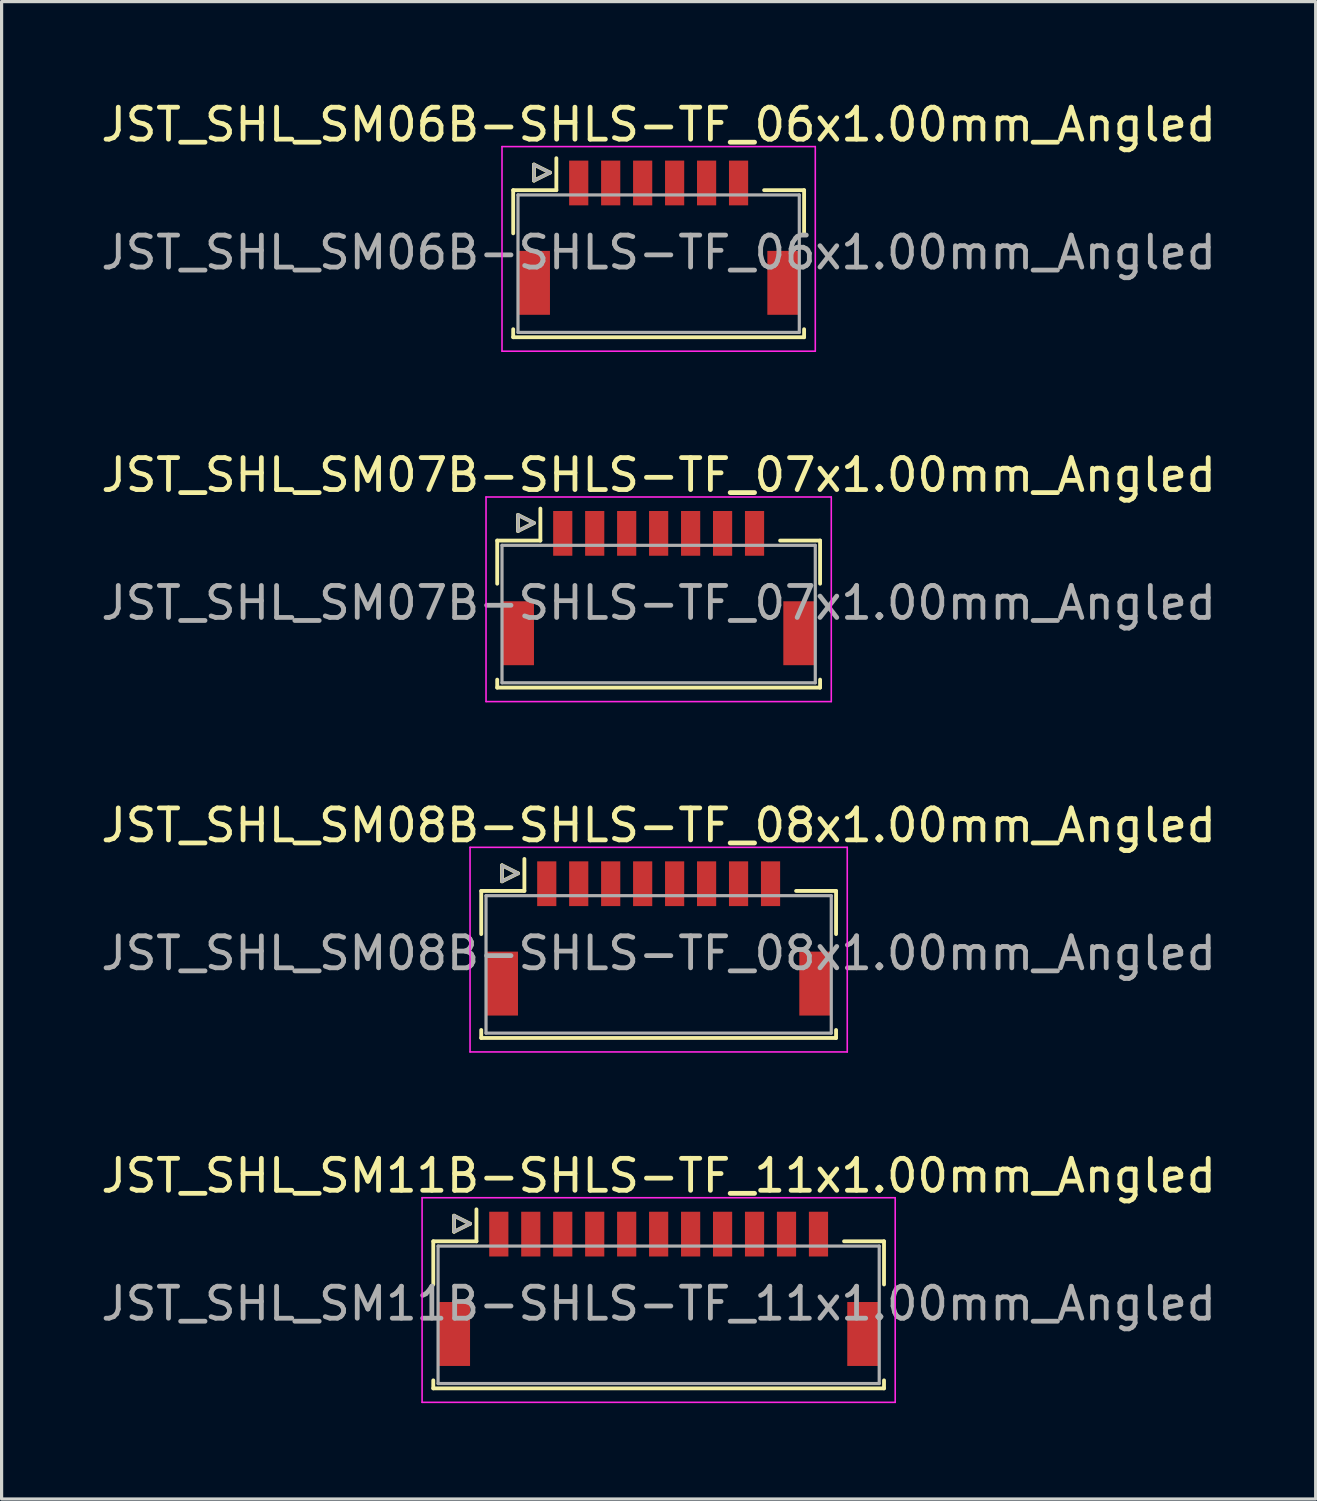
<source format=kicad_pcb>
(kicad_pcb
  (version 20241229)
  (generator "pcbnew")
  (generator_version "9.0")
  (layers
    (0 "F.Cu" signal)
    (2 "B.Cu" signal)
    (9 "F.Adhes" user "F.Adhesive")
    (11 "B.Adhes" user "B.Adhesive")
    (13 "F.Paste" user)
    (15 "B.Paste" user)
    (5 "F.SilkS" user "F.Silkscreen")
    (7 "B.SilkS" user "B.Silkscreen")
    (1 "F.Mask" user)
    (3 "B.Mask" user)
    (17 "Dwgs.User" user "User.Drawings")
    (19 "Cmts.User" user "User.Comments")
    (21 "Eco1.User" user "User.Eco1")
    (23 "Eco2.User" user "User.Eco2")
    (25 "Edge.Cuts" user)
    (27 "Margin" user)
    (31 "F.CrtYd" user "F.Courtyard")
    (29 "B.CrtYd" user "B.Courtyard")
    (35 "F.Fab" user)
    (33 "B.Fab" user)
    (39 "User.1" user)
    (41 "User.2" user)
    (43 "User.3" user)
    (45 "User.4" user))
  (footprint "JST_SHL_SM11B-SHLS-TF_11x1.00mm_Angled"
    (layer "F.Cu")
    (at 17.554 37.118)
    (property "Reference" "JST_SHL_SM11B-SHLS-TF_11x1.00mm_Angled" (at 0 -3.388 0) (layer "F.SilkS") (effects (font (size 1 1) (thickness 0.15))))
    (attr smd)
    (fp_line (start -7.05 -1.337) (end -5.7 -1.337) (stroke (width 0.12) (type solid)) (layer "F.SilkS"))
    (fp_line (start -7.05 0.013) (end -7.05 -1.337) (stroke (width 0.12) (type solid)) (layer "F.SilkS"))
    (fp_line (start -7.05 3.013) (end -7.05 3.263) (stroke (width 0.12) (type solid)) (layer "F.SilkS"))
    (fp_line (start -7.05 3.263) (end 7.05 3.263) (stroke (width 0.12) (type solid)) (layer "F.SilkS"))
    (fp_line (start -6.4 -2.138) (end -6.4 -1.637) (stroke (width 0.12) (type solid)) (layer "F.SilkS"))
    (fp_line (start -6.4 -1.637) (end -5.9 -1.887) (stroke (width 0.12) (type solid)) (layer "F.SilkS"))
    (fp_line (start -5.9 -1.887) (end -6.4 -2.138) (stroke (width 0.12) (type solid)) (layer "F.SilkS"))
    (fp_line (start -5.7 -1.337) (end -5.7 -2.337) (stroke (width 0.12) (type solid)) (layer "F.SilkS"))
    (fp_line (start 7.05 -1.337) (end 5.8 -1.337) (stroke (width 0.12) (type solid)) (layer "F.SilkS"))
    (fp_line (start 7.05 0.013) (end 7.05 -1.337) (stroke (width 0.12) (type solid)) (layer "F.SilkS"))
    (fp_line (start 7.05 3.263) (end 7.05 3.013) (stroke (width 0.12) (type solid)) (layer "F.SilkS"))
    (fp_line (start -7.4 -2.7) (end -7.4 3.7) (stroke (width 0.05) (type solid)) (layer "F.CrtYd"))
    (fp_line (start -7.4 3.7) (end 7.4 3.7) (stroke (width 0.05) (type solid)) (layer "F.CrtYd"))
    (fp_line (start 7.4 -2.7) (end -7.4 -2.7) (stroke (width 0.05) (type solid)) (layer "F.CrtYd"))
    (fp_line (start 7.4 3.7) (end 7.4 -2.7) (stroke (width 0.05) (type solid)) (layer "F.CrtYd"))
    (fp_line (start -6.9 -1.188) (end -6.9 3.112) (stroke (width 0.1) (type solid)) (layer "F.Fab"))
    (fp_line (start -6.9 3.112) (end 6.9 3.112) (stroke (width 0.1) (type solid)) (layer "F.Fab"))
    (fp_line (start -6.4 -2.138) (end -6.4 -1.637) (stroke (width 0.1) (type solid)) (layer "F.Fab"))
    (fp_line (start -6.4 -1.637) (end -5.9 -1.887) (stroke (width 0.1) (type solid)) (layer "F.Fab"))
    (fp_line (start -5.9 -1.887) (end -6.4 -2.138) (stroke (width 0.1) (type solid)) (layer "F.Fab"))
    (fp_line (start 6.9 -1.188) (end -6.9 -1.188) (stroke (width 0.1) (type solid)) (layer "F.Fab"))
    (fp_line (start 6.9 3.112) (end 6.9 -1.188) (stroke (width 0.1) (type solid)) (layer "F.Fab"))
    (fp_text user "${REFERENCE}" (at 0 0.613 0) (layer "F.Fab") (effects (font (size 1 1) (thickness 0.15))))
    (pad "" smd rect (at -6.4 1.562) (size 1 2) (layers "F.Cu" "F.Mask" "F.Paste"))
    (pad "" smd rect (at 6.4 1.562) (size 1 2) (layers "F.Cu" "F.Mask" "F.Paste"))
    (pad "1" smd rect (at -5 -1.562) (size 0.6 1.4) (layers "F.Cu" "F.Mask" "F.Paste"))
    (pad "2" smd rect (at -4 -1.562) (size 0.6 1.4) (layers "F.Cu" "F.Mask" "F.Paste"))
    (pad "3" smd rect (at -3 -1.562) (size 0.6 1.4) (layers "F.Cu" "F.Mask" "F.Paste"))
    (pad "4" smd rect (at -2 -1.562) (size 0.6 1.4) (layers "F.Cu" "F.Mask" "F.Paste"))
    (pad "5" smd rect (at -1 -1.562) (size 0.6 1.4) (layers "F.Cu" "F.Mask" "F.Paste"))
    (pad "6" smd rect (at 0 -1.562) (size 0.6 1.4) (layers "F.Cu" "F.Mask" "F.Paste"))
    (pad "7" smd rect (at 1 -1.562) (size 0.6 1.4) (layers "F.Cu" "F.Mask" "F.Paste"))
    (pad "8" smd rect (at 2 -1.562) (size 0.6 1.4) (layers "F.Cu" "F.Mask" "F.Paste"))
    (pad "9" smd rect (at 3 -1.562) (size 0.6 1.4) (layers "F.Cu" "F.Mask" "F.Paste"))
    (pad "10" smd rect (at 4 -1.562) (size 0.6 1.4) (layers "F.Cu" "F.Mask" "F.Paste"))
    (pad "11" smd rect (at 5 -1.562) (size 0.6 1.4) (layers "F.Cu" "F.Mask" "F.Paste")))
  (footprint "JST_SHL_SM08B-SHLS-TF_08x1.00mm_Angled"
    (layer "F.Cu")
    (at 17.554 26.157)
    (property "Reference" "JST_SHL_SM08B-SHLS-TF_08x1.00mm_Angled" (at 0 -3.388 0) (layer "F.SilkS") (effects (font (size 1 1) (thickness 0.15))))
    (attr smd)
    (fp_line (start -5.55 -1.337) (end -4.2 -1.337) (stroke (width 0.12) (type solid)) (layer "F.SilkS"))
    (fp_line (start -5.55 0.013) (end -5.55 -1.337) (stroke (width 0.12) (type solid)) (layer "F.SilkS"))
    (fp_line (start -5.55 3.013) (end -5.55 3.263) (stroke (width 0.12) (type solid)) (layer "F.SilkS"))
    (fp_line (start -5.55 3.263) (end 5.55 3.263) (stroke (width 0.12) (type solid)) (layer "F.SilkS"))
    (fp_line (start -4.9 -2.138) (end -4.9 -1.637) (stroke (width 0.12) (type solid)) (layer "F.SilkS"))
    (fp_line (start -4.9 -1.637) (end -4.4 -1.887) (stroke (width 0.12) (type solid)) (layer "F.SilkS"))
    (fp_line (start -4.4 -1.887) (end -4.9 -2.138) (stroke (width 0.12) (type solid)) (layer "F.SilkS"))
    (fp_line (start -4.2 -1.337) (end -4.2 -2.337) (stroke (width 0.12) (type solid)) (layer "F.SilkS"))
    (fp_line (start 5.55 -1.337) (end 4.3 -1.337) (stroke (width 0.12) (type solid)) (layer "F.SilkS"))
    (fp_line (start 5.55 0.013) (end 5.55 -1.337) (stroke (width 0.12) (type solid)) (layer "F.SilkS"))
    (fp_line (start 5.55 3.263) (end 5.55 3.013) (stroke (width 0.12) (type solid)) (layer "F.SilkS"))
    (fp_line (start -5.9 -2.7) (end -5.9 3.7) (stroke (width 0.05) (type solid)) (layer "F.CrtYd"))
    (fp_line (start -5.9 3.7) (end 5.9 3.7) (stroke (width 0.05) (type solid)) (layer "F.CrtYd"))
    (fp_line (start 5.9 -2.7) (end -5.9 -2.7) (stroke (width 0.05) (type solid)) (layer "F.CrtYd"))
    (fp_line (start 5.9 3.7) (end 5.9 -2.7) (stroke (width 0.05) (type solid)) (layer "F.CrtYd"))
    (fp_line (start -5.4 -1.188) (end -5.4 3.112) (stroke (width 0.1) (type solid)) (layer "F.Fab"))
    (fp_line (start -5.4 3.112) (end 5.4 3.112) (stroke (width 0.1) (type solid)) (layer "F.Fab"))
    (fp_line (start -4.9 -2.138) (end -4.9 -1.637) (stroke (width 0.1) (type solid)) (layer "F.Fab"))
    (fp_line (start -4.9 -1.637) (end -4.4 -1.887) (stroke (width 0.1) (type solid)) (layer "F.Fab"))
    (fp_line (start -4.4 -1.887) (end -4.9 -2.138) (stroke (width 0.1) (type solid)) (layer "F.Fab"))
    (fp_line (start 5.4 -1.188) (end -5.4 -1.188) (stroke (width 0.1) (type solid)) (layer "F.Fab"))
    (fp_line (start 5.4 3.112) (end 5.4 -1.188) (stroke (width 0.1) (type solid)) (layer "F.Fab"))
    (fp_text user "${REFERENCE}" (at 0 0.613 0) (layer "F.Fab") (effects (font (size 1 1) (thickness 0.15))))
    (pad "" smd rect (at -4.9 1.562) (size 1 2) (layers "F.Cu" "F.Mask" "F.Paste"))
    (pad "" smd rect (at 4.9 1.562) (size 1 2) (layers "F.Cu" "F.Mask" "F.Paste"))
    (pad "1" smd rect (at -3.5 -1.562) (size 0.6 1.4) (layers "F.Cu" "F.Mask" "F.Paste"))
    (pad "2" smd rect (at -2.5 -1.562) (size 0.6 1.4) (layers "F.Cu" "F.Mask" "F.Paste"))
    (pad "3" smd rect (at -1.5 -1.562) (size 0.6 1.4) (layers "F.Cu" "F.Mask" "F.Paste"))
    (pad "4" smd rect (at -0.5 -1.562) (size 0.6 1.4) (layers "F.Cu" "F.Mask" "F.Paste"))
    (pad "5" smd rect (at 0.5 -1.562) (size 0.6 1.4) (layers "F.Cu" "F.Mask" "F.Paste"))
    (pad "6" smd rect (at 1.5 -1.562) (size 0.6 1.4) (layers "F.Cu" "F.Mask" "F.Paste"))
    (pad "7" smd rect (at 2.5 -1.562) (size 0.6 1.4) (layers "F.Cu" "F.Mask" "F.Paste"))
    (pad "8" smd rect (at 3.5 -1.562) (size 0.6 1.4) (layers "F.Cu" "F.Mask" "F.Paste")))
  (footprint "JST_SHL_SM07B-SHLS-TF_07x1.00mm_Angled"
    (layer "F.Cu")
    (at 17.554 15.197)
    (property "Reference" "JST_SHL_SM07B-SHLS-TF_07x1.00mm_Angled" (at 0 -3.388 0) (layer "F.SilkS") (effects (font (size 1 1) (thickness 0.15))))
    (attr smd)
    (fp_line (start -5.05 -1.337) (end -3.7 -1.337) (stroke (width 0.12) (type solid)) (layer "F.SilkS"))
    (fp_line (start -5.05 0.013) (end -5.05 -1.337) (stroke (width 0.12) (type solid)) (layer "F.SilkS"))
    (fp_line (start -5.05 3.013) (end -5.05 3.263) (stroke (width 0.12) (type solid)) (layer "F.SilkS"))
    (fp_line (start -5.05 3.263) (end 5.05 3.263) (stroke (width 0.12) (type solid)) (layer "F.SilkS"))
    (fp_line (start -4.4 -2.138) (end -4.4 -1.637) (stroke (width 0.12) (type solid)) (layer "F.SilkS"))
    (fp_line (start -4.4 -1.637) (end -3.9 -1.887) (stroke (width 0.12) (type solid)) (layer "F.SilkS"))
    (fp_line (start -3.9 -1.887) (end -4.4 -2.138) (stroke (width 0.12) (type solid)) (layer "F.SilkS"))
    (fp_line (start -3.7 -1.337) (end -3.7 -2.337) (stroke (width 0.12) (type solid)) (layer "F.SilkS"))
    (fp_line (start 5.05 -1.337) (end 3.8 -1.337) (stroke (width 0.12) (type solid)) (layer "F.SilkS"))
    (fp_line (start 5.05 0.013) (end 5.05 -1.337) (stroke (width 0.12) (type solid)) (layer "F.SilkS"))
    (fp_line (start 5.05 3.263) (end 5.05 3.013) (stroke (width 0.12) (type solid)) (layer "F.SilkS"))
    (fp_line (start -5.4 -2.7) (end -5.4 3.7) (stroke (width 0.05) (type solid)) (layer "F.CrtYd"))
    (fp_line (start -5.4 3.7) (end 5.4 3.7) (stroke (width 0.05) (type solid)) (layer "F.CrtYd"))
    (fp_line (start 5.4 -2.7) (end -5.4 -2.7) (stroke (width 0.05) (type solid)) (layer "F.CrtYd"))
    (fp_line (start 5.4 3.7) (end 5.4 -2.7) (stroke (width 0.05) (type solid)) (layer "F.CrtYd"))
    (fp_line (start -4.9 -1.188) (end -4.9 3.112) (stroke (width 0.1) (type solid)) (layer "F.Fab"))
    (fp_line (start -4.9 3.112) (end 4.9 3.112) (stroke (width 0.1) (type solid)) (layer "F.Fab"))
    (fp_line (start -4.4 -2.138) (end -4.4 -1.637) (stroke (width 0.1) (type solid)) (layer "F.Fab"))
    (fp_line (start -4.4 -1.637) (end -3.9 -1.887) (stroke (width 0.1) (type solid)) (layer "F.Fab"))
    (fp_line (start -3.9 -1.887) (end -4.4 -2.138) (stroke (width 0.1) (type solid)) (layer "F.Fab"))
    (fp_line (start 4.9 -1.188) (end -4.9 -1.188) (stroke (width 0.1) (type solid)) (layer "F.Fab"))
    (fp_line (start 4.9 3.112) (end 4.9 -1.188) (stroke (width 0.1) (type solid)) (layer "F.Fab"))
    (fp_text user "${REFERENCE}" (at 0 0.613 0) (layer "F.Fab") (effects (font (size 1 1) (thickness 0.15))))
    (pad "" smd rect (at -4.4 1.562) (size 1 2) (layers "F.Cu" "F.Mask" "F.Paste"))
    (pad "" smd rect (at 4.4 1.562) (size 1 2) (layers "F.Cu" "F.Mask" "F.Paste"))
    (pad "1" smd rect (at -3 -1.562) (size 0.6 1.4) (layers "F.Cu" "F.Mask" "F.Paste"))
    (pad "2" smd rect (at -2 -1.562) (size 0.6 1.4) (layers "F.Cu" "F.Mask" "F.Paste"))
    (pad "3" smd rect (at -1 -1.562) (size 0.6 1.4) (layers "F.Cu" "F.Mask" "F.Paste"))
    (pad "4" smd rect (at 0 -1.562) (size 0.6 1.4) (layers "F.Cu" "F.Mask" "F.Paste"))
    (pad "5" smd rect (at 1 -1.562) (size 0.6 1.4) (layers "F.Cu" "F.Mask" "F.Paste"))
    (pad "6" smd rect (at 2 -1.562) (size 0.6 1.4) (layers "F.Cu" "F.Mask" "F.Paste"))
    (pad "7" smd rect (at 3 -1.562) (size 0.6 1.4) (layers "F.Cu" "F.Mask" "F.Paste")))
  (footprint "JST_SHL_SM06B-SHLS-TF_06x1.00mm_Angled"
    (layer "F.Cu")
    (at 17.554 4.236)
    (property "Reference" "JST_SHL_SM06B-SHLS-TF_06x1.00mm_Angled" (at 0 -3.388 0) (layer "F.SilkS") (effects (font (size 1 1) (thickness 0.15))))
    (attr smd)
    (fp_line (start -4.55 -1.337) (end -3.2 -1.337) (stroke (width 0.12) (type solid)) (layer "F.SilkS"))
    (fp_line (start -4.55 0.013) (end -4.55 -1.337) (stroke (width 0.12) (type solid)) (layer "F.SilkS"))
    (fp_line (start -4.55 3.013) (end -4.55 3.263) (stroke (width 0.12) (type solid)) (layer "F.SilkS"))
    (fp_line (start -4.55 3.263) (end 4.55 3.263) (stroke (width 0.12) (type solid)) (layer "F.SilkS"))
    (fp_line (start -3.9 -2.138) (end -3.9 -1.637) (stroke (width 0.12) (type solid)) (layer "F.SilkS"))
    (fp_line (start -3.9 -1.637) (end -3.4 -1.887) (stroke (width 0.12) (type solid)) (layer "F.SilkS"))
    (fp_line (start -3.4 -1.887) (end -3.9 -2.138) (stroke (width 0.12) (type solid)) (layer "F.SilkS"))
    (fp_line (start -3.2 -1.337) (end -3.2 -2.337) (stroke (width 0.12) (type solid)) (layer "F.SilkS"))
    (fp_line (start 4.55 -1.337) (end 3.3 -1.337) (stroke (width 0.12) (type solid)) (layer "F.SilkS"))
    (fp_line (start 4.55 0.013) (end 4.55 -1.337) (stroke (width 0.12) (type solid)) (layer "F.SilkS"))
    (fp_line (start 4.55 3.263) (end 4.55 3.013) (stroke (width 0.12) (type solid)) (layer "F.SilkS"))
    (fp_line (start -4.9 -2.7) (end -4.9 3.7) (stroke (width 0.05) (type solid)) (layer "F.CrtYd"))
    (fp_line (start -4.9 3.7) (end 4.9 3.7) (stroke (width 0.05) (type solid)) (layer "F.CrtYd"))
    (fp_line (start 4.9 -2.7) (end -4.9 -2.7) (stroke (width 0.05) (type solid)) (layer "F.CrtYd"))
    (fp_line (start 4.9 3.7) (end 4.9 -2.7) (stroke (width 0.05) (type solid)) (layer "F.CrtYd"))
    (fp_line (start -4.4 -1.188) (end -4.4 3.112) (stroke (width 0.1) (type solid)) (layer "F.Fab"))
    (fp_line (start -4.4 3.112) (end 4.4 3.112) (stroke (width 0.1) (type solid)) (layer "F.Fab"))
    (fp_line (start -3.9 -2.138) (end -3.9 -1.637) (stroke (width 0.1) (type solid)) (layer "F.Fab"))
    (fp_line (start -3.9 -1.637) (end -3.4 -1.887) (stroke (width 0.1) (type solid)) (layer "F.Fab"))
    (fp_line (start -3.4 -1.887) (end -3.9 -2.138) (stroke (width 0.1) (type solid)) (layer "F.Fab"))
    (fp_line (start 4.4 -1.188) (end -4.4 -1.188) (stroke (width 0.1) (type solid)) (layer "F.Fab"))
    (fp_line (start 4.4 3.112) (end 4.4 -1.188) (stroke (width 0.1) (type solid)) (layer "F.Fab"))
    (fp_text user "${REFERENCE}" (at 0 0.613 0) (layer "F.Fab") (effects (font (size 1 1) (thickness 0.15))))
    (pad "" smd rect (at -3.9 1.562) (size 1 2) (layers "F.Cu" "F.Mask" "F.Paste"))
    (pad "" smd rect (at 3.9 1.562) (size 1 2) (layers "F.Cu" "F.Mask" "F.Paste"))
    (pad "1" smd rect (at -2.5 -1.562) (size 0.6 1.4) (layers "F.Cu" "F.Mask" "F.Paste"))
    (pad "2" smd rect (at -1.5 -1.562) (size 0.6 1.4) (layers "F.Cu" "F.Mask" "F.Paste"))
    (pad "3" smd rect (at -0.5 -1.562) (size 0.6 1.4) (layers "F.Cu" "F.Mask" "F.Paste"))
    (pad "4" smd rect (at 0.5 -1.562) (size 0.6 1.4) (layers "F.Cu" "F.Mask" "F.Paste"))
    (pad "5" smd rect (at 1.5 -1.562) (size 0.6 1.4) (layers "F.Cu" "F.Mask" "F.Paste"))
    (pad "6" smd rect (at 2.5 -1.562) (size 0.6 1.4) (layers "F.Cu" "F.Mask" "F.Paste")))
  (gr_rect
    (start -3 -3)
    (end 38.107 43.843)
    (stroke (width 0.1) (type default))
    (fill no)
    (layer "Edge.Cuts")))
</source>
